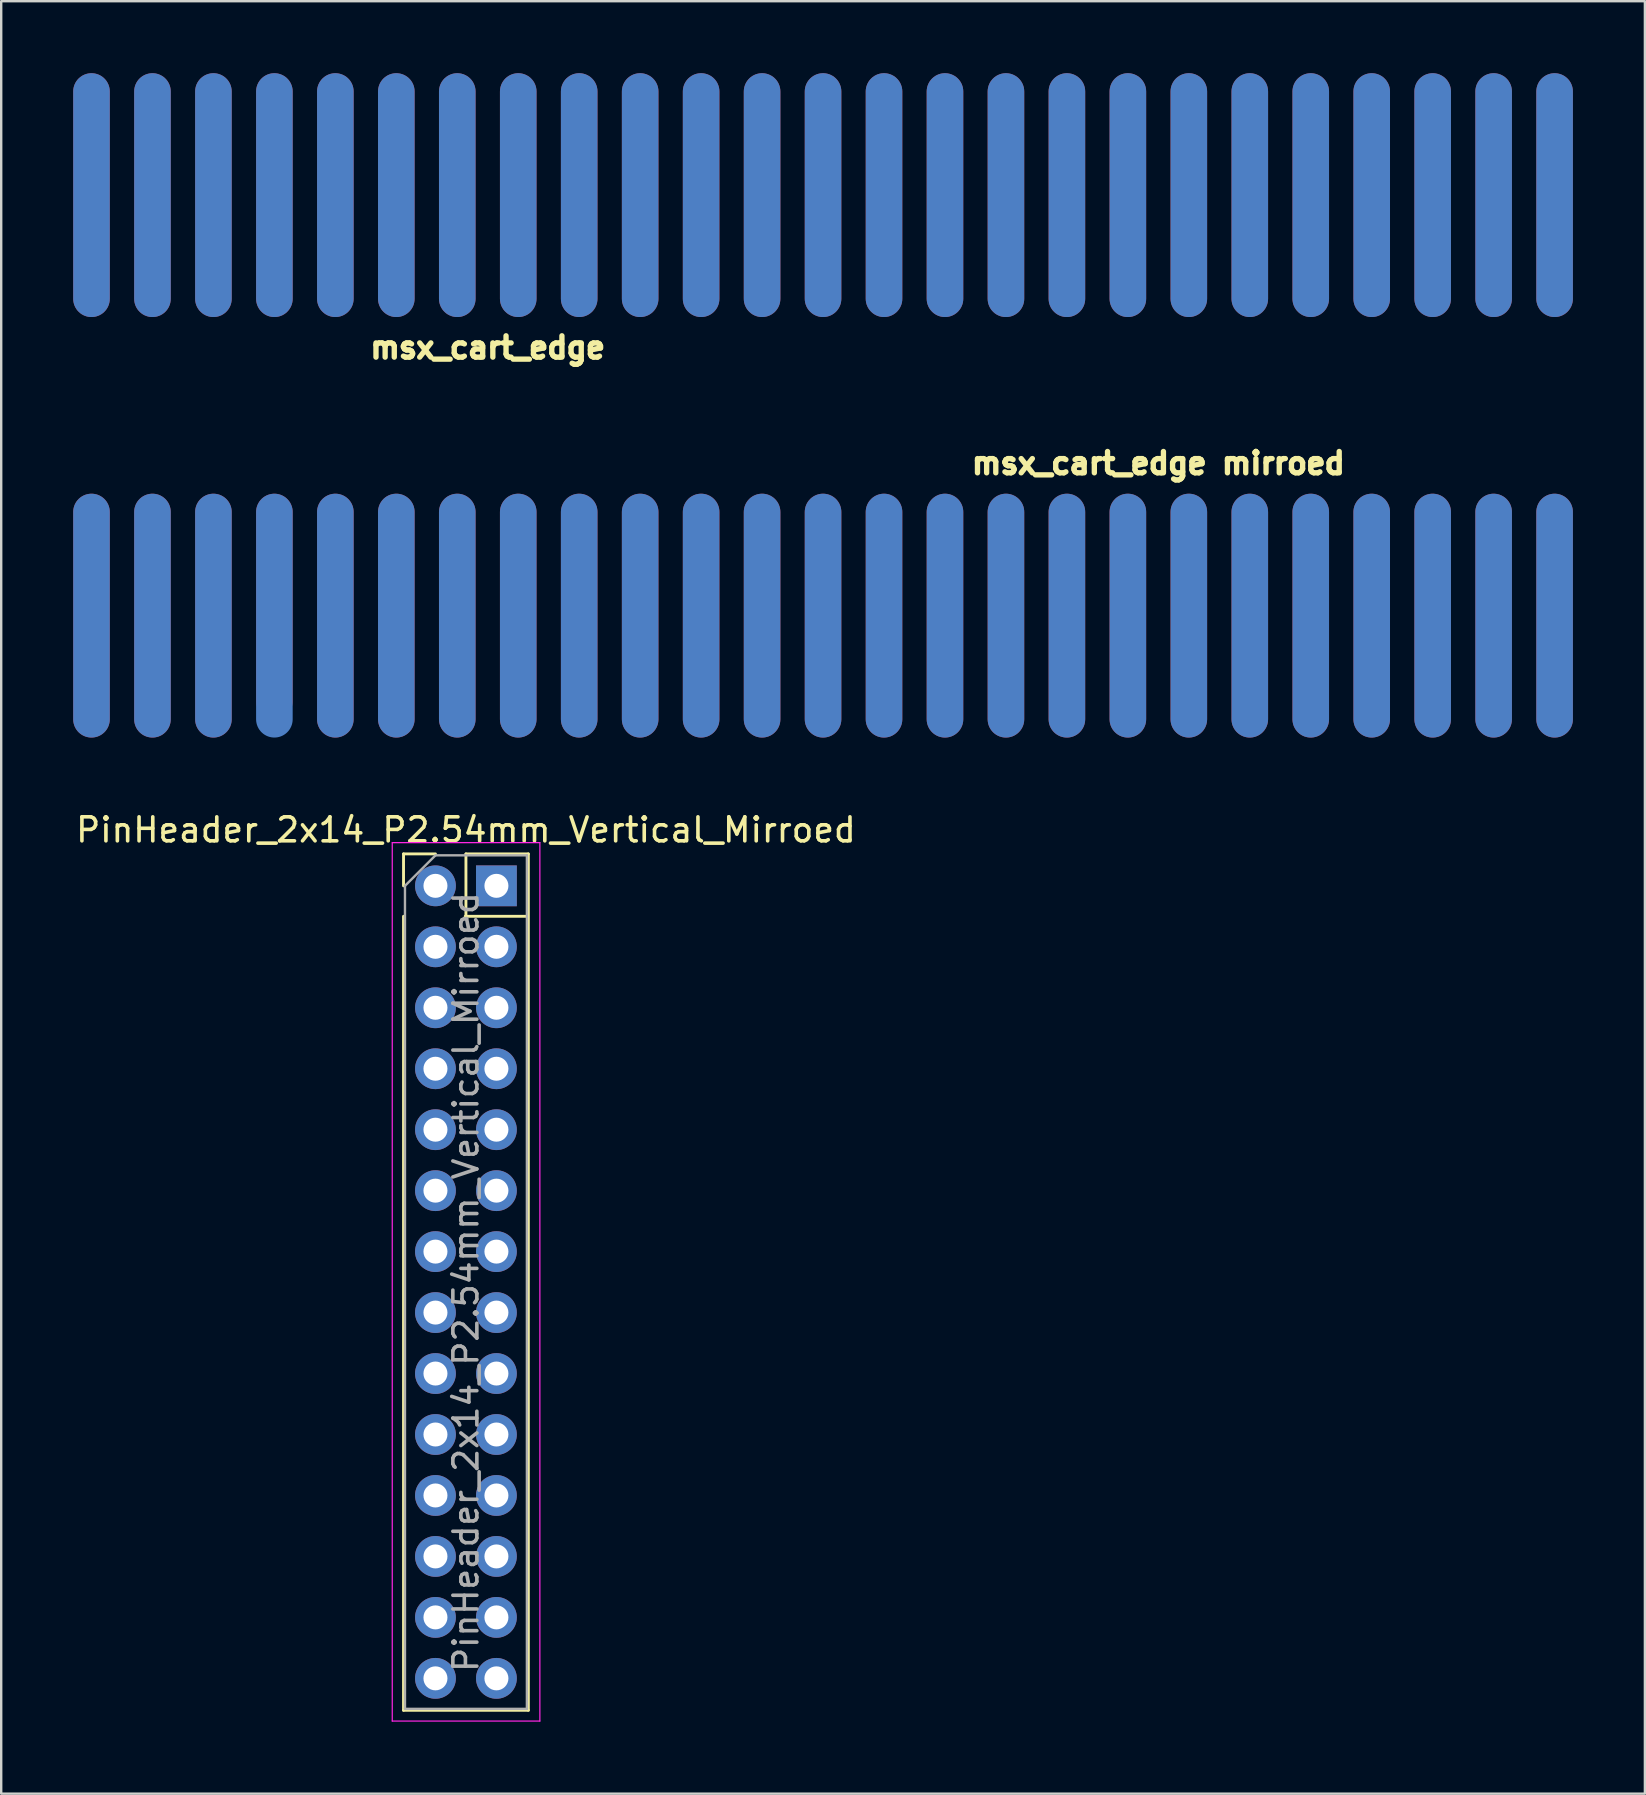
<source format=kicad_pcb>
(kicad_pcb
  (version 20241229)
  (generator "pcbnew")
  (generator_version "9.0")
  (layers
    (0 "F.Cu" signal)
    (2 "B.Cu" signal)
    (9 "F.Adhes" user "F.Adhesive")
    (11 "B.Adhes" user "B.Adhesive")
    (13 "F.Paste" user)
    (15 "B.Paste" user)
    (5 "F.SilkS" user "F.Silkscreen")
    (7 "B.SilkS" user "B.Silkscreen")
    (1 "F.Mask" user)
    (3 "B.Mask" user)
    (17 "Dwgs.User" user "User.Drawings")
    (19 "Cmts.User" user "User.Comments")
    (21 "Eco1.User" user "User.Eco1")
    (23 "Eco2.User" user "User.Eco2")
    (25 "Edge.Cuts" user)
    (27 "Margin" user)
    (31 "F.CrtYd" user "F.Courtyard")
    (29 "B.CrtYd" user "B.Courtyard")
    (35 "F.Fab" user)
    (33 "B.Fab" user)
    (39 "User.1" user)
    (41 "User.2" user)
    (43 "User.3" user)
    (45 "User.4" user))
  (footprint "msx_cart_edge mirroed"
    (layer "F.Cu")
    (at 0.762 22.6)
    (property "Reference" "msx_cart_edge mirroed" (at 44.45 -6.35 180) (layer "F.SilkS") (effects (font (size 0.889 0.889) (thickness 0.305))))
    (attr through_hole)
    (pad "1" connect oval (at 60.96 0 180) (size 1.524 10.16) (layers "B.Cu" "B.Mask"))
    (pad "2" connect oval (at 60.96 0 180) (size 1.524 10.16) (layers "F.Cu" "F.Mask"))
    (pad "3" connect oval (at 58.42 0 180) (size 1.524 10.16) (layers "B.Cu" "B.Mask"))
    (pad "4" connect oval (at 58.42 0 180) (size 1.524 10.16) (layers "F.Cu" "F.Mask"))
    (pad "5" connect oval (at 55.88 0 180) (size 1.524 10.16) (layers "B.Cu" "B.Mask"))
    (pad "6" connect oval (at 55.88 0 180) (size 1.524 10.16) (layers "F.Cu" "F.Mask"))
    (pad "7" connect oval (at 53.34 0 180) (size 1.524 10.16) (layers "B.Cu" "B.Mask"))
    (pad "8" connect oval (at 53.34 0 180) (size 1.524 10.16) (layers "F.Cu" "F.Mask"))
    (pad "9" connect oval (at 50.8 0 180) (size 1.524 10.16) (layers "B.Cu" "B.Mask"))
    (pad "10" connect oval (at 50.8 0 180) (size 1.524 10.16) (layers "F.Cu" "F.Mask"))
    (pad "11" connect oval (at 48.26 0 180) (size 1.524 10.16) (layers "B.Cu" "B.Mask"))
    (pad "12" connect oval (at 48.26 0 180) (size 1.524 10.16) (layers "F.Cu" "F.Mask"))
    (pad "13" connect oval (at 45.72 0 180) (size 1.524 10.16) (layers "B.Cu" "B.Mask"))
    (pad "14" connect oval (at 45.72 0 180) (size 1.524 10.16) (layers "F.Cu" "F.Mask"))
    (pad "15" connect oval (at 43.18 0 180) (size 1.524 10.16) (layers "B.Cu" "B.Mask"))
    (pad "16" connect oval (at 43.18 0 180) (size 1.524 10.16) (layers "F.Cu" "F.Mask"))
    (pad "17" connect oval (at 40.64 0 180) (size 1.524 10.16) (layers "B.Cu" "B.Mask"))
    (pad "18" connect oval (at 40.64 0 180) (size 1.524 10.16) (layers "F.Cu" "F.Mask"))
    (pad "19" connect oval (at 38.1 0 180) (size 1.524 10.16) (layers "B.Cu" "B.Mask"))
    (pad "20" connect oval (at 38.1 0 180) (size 1.524 10.16) (layers "F.Cu" "F.Mask"))
    (pad "21" connect oval (at 35.56 0 180) (size 1.524 10.16) (layers "B.Cu" "B.Mask"))
    (pad "22" connect oval (at 35.56 0 180) (size 1.524 10.16) (layers "F.Cu" "F.Mask"))
    (pad "23" connect oval (at 33.02 0 180) (size 1.524 10.16) (layers "B.Cu" "B.Mask"))
    (pad "24" connect oval (at 33.02 0 180) (size 1.524 10.16) (layers "F.Cu" "F.Mask"))
    (pad "25" connect oval (at 30.48 0 180) (size 1.524 10.16) (layers "B.Cu" "B.Mask"))
    (pad "26" connect oval (at 30.48 0 180) (size 1.524 10.16) (layers "F.Cu" "F.Mask"))
    (pad "27" connect oval (at 27.94 0 180) (size 1.524 10.16) (layers "B.Cu" "B.Mask"))
    (pad "28" connect oval (at 27.94 0 180) (size 1.524 10.16) (layers "F.Cu" "F.Mask"))
    (pad "29" connect oval (at 25.4 0 180) (size 1.524 10.16) (layers "B.Cu" "B.Mask"))
    (pad "30" connect oval (at 25.4 0 180) (size 1.524 10.16) (layers "F.Cu" "F.Mask"))
    (pad "31" connect oval (at 22.86 0 180) (size 1.524 10.16) (layers "B.Cu" "B.Mask"))
    (pad "32" connect oval (at 22.86 0 180) (size 1.524 10.16) (layers "F.Cu" "F.Mask"))
    (pad "33" connect oval (at 20.32 0 180) (size 1.524 10.16) (layers "B.Cu" "B.Mask"))
    (pad "34" connect oval (at 20.32 0 180) (size 1.524 10.16) (layers "F.Cu" "F.Mask"))
    (pad "35" connect oval (at 17.78 0 180) (size 1.524 10.16) (layers "B.Cu" "B.Mask"))
    (pad "36" connect oval (at 17.78 0 180) (size 1.524 10.16) (layers "F.Cu" "F.Mask"))
    (pad "37" connect oval (at 15.24 0 180) (size 1.524 10.16) (layers "B.Cu" "B.Mask"))
    (pad "38" connect oval (at 15.24 0 180) (size 1.524 10.16) (layers "F.Cu" "F.Mask"))
    (pad "39" connect oval (at 12.7 0 180) (size 1.524 10.16) (layers "B.Cu" "B.Mask"))
    (pad "40" connect oval (at 12.7 0 180) (size 1.524 10.16) (layers "F.Cu" "F.Mask"))
    (pad "41" connect oval (at 10.16 0 180) (size 1.524 10.16) (layers "B.Cu" "B.Mask"))
    (pad "42" connect oval (at 10.16 0 180) (size 1.524 10.16) (layers "F.Cu" "F.Mask"))
    (pad "43" connect oval (at 7.62 0 180) (size 1.524 10.16) (layers "B.Cu" "B.Mask"))
    (pad "44" connect oval (at 7.62 -0.372 180) (size 1.524 9.415) (layers "F.Cu" "F.Mask"))
    (pad "45" connect oval (at 5.08 0 180) (size 1.524 10.16) (layers "B.Cu" "B.Mask"))
    (pad "46" connect oval (at 5.08 0 180) (size 1.524 10.16) (layers "F.Cu" "F.Mask"))
    (pad "47" connect oval (at 2.54 0 180) (size 1.524 10.16) (layers "B.Cu" "B.Mask"))
    (pad "48" connect oval (at 2.54 0 180) (size 1.524 10.16) (layers "F.Cu" "F.Mask"))
    (pad "49" connect oval (at 0 0 180) (size 1.524 10.16) (layers "B.Cu" "B.Mask"))
    (pad "50" connect oval (at 0 0 180) (size 1.524 10.16) (layers "F.Cu" "F.Mask")))
  (footprint "msx_cart_edge"
    (layer "F.Cu")
    (at 0.762 5.08)
    (property "Reference" "msx_cart_edge" (at 16.51 6.35 0) (layer "F.SilkS") (effects (font (size 0.889 0.889) (thickness 0.305))))
    (attr through_hole)
    (pad "1" connect oval (at 0 0) (size 1.524 10.16) (layers "B.Cu" "B.Mask"))
    (pad "2" connect oval (at 0 0) (size 1.524 10.16) (layers "F.Cu" "F.Mask"))
    (pad "3" connect oval (at 2.54 0) (size 1.524 10.16) (layers "B.Cu" "B.Mask"))
    (pad "4" connect oval (at 2.54 0) (size 1.524 10.16) (layers "F.Cu" "F.Mask"))
    (pad "5" connect oval (at 5.08 0) (size 1.524 10.16) (layers "B.Cu" "B.Mask"))
    (pad "6" connect oval (at 5.08 0) (size 1.524 10.16) (layers "F.Cu" "F.Mask"))
    (pad "7" connect oval (at 7.62 0) (size 1.524 10.16) (layers "B.Cu" "B.Mask"))
    (pad "8" connect oval (at 7.62 0) (size 1.524 10.16) (layers "F.Cu" "F.Mask"))
    (pad "9" connect oval (at 10.16 0) (size 1.524 10.16) (layers "B.Cu" "B.Mask"))
    (pad "10" connect oval (at 10.16 0) (size 1.524 10.16) (layers "F.Cu" "F.Mask"))
    (pad "11" connect oval (at 12.7 0) (size 1.524 10.16) (layers "B.Cu" "B.Mask"))
    (pad "12" connect oval (at 12.7 0) (size 1.524 10.16) (layers "F.Cu" "F.Mask"))
    (pad "13" connect oval (at 15.24 0) (size 1.524 10.16) (layers "B.Cu" "B.Mask"))
    (pad "14" connect oval (at 15.24 0) (size 1.524 10.16) (layers "F.Cu" "F.Mask"))
    (pad "15" connect oval (at 17.78 0) (size 1.524 10.16) (layers "B.Cu" "B.Mask"))
    (pad "16" connect oval (at 17.78 0) (size 1.524 10.16) (layers "F.Cu" "F.Mask"))
    (pad "17" connect oval (at 20.32 0) (size 1.524 10.16) (layers "B.Cu" "B.Mask"))
    (pad "18" connect oval (at 20.32 0) (size 1.524 10.16) (layers "F.Cu" "F.Mask"))
    (pad "19" connect oval (at 22.86 0) (size 1.524 10.16) (layers "B.Cu" "B.Mask"))
    (pad "20" connect oval (at 22.86 0) (size 1.524 10.16) (layers "F.Cu" "F.Mask"))
    (pad "21" connect oval (at 25.4 0) (size 1.524 10.16) (layers "B.Cu" "B.Mask"))
    (pad "22" connect oval (at 25.4 0) (size 1.524 10.16) (layers "F.Cu" "F.Mask"))
    (pad "23" connect oval (at 27.94 0) (size 1.524 10.16) (layers "B.Cu" "B.Mask"))
    (pad "24" connect oval (at 27.94 0) (size 1.524 10.16) (layers "F.Cu" "F.Mask"))
    (pad "25" connect oval (at 30.48 0) (size 1.524 10.16) (layers "B.Cu" "B.Mask"))
    (pad "26" connect oval (at 30.48 0) (size 1.524 10.16) (layers "F.Cu" "F.Mask"))
    (pad "27" connect oval (at 33.02 0) (size 1.524 10.16) (layers "B.Cu" "B.Mask"))
    (pad "28" connect oval (at 33.02 0) (size 1.524 10.16) (layers "F.Cu" "F.Mask"))
    (pad "29" connect oval (at 35.56 0) (size 1.524 10.16) (layers "B.Cu" "B.Mask"))
    (pad "30" connect oval (at 35.56 0) (size 1.524 10.16) (layers "F.Cu" "F.Mask"))
    (pad "31" connect oval (at 38.1 0) (size 1.524 10.16) (layers "B.Cu" "B.Mask"))
    (pad "32" connect oval (at 38.1 0) (size 1.524 10.16) (layers "F.Cu" "F.Mask"))
    (pad "33" connect oval (at 40.64 0) (size 1.524 10.16) (layers "B.Cu" "B.Mask"))
    (pad "34" connect oval (at 40.64 0) (size 1.524 10.16) (layers "F.Cu" "F.Mask"))
    (pad "35" connect oval (at 43.18 0) (size 1.524 10.16) (layers "B.Cu" "B.Mask"))
    (pad "36" connect oval (at 43.18 0) (size 1.524 10.16) (layers "F.Cu" "F.Mask"))
    (pad "37" connect oval (at 45.72 0) (size 1.524 10.16) (layers "B.Cu" "B.Mask"))
    (pad "38" connect oval (at 45.72 0) (size 1.524 10.16) (layers "F.Cu" "F.Mask"))
    (pad "39" connect oval (at 48.26 0) (size 1.524 10.16) (layers "B.Cu" "B.Mask"))
    (pad "40" connect oval (at 48.26 0) (size 1.524 10.16) (layers "F.Cu" "F.Mask"))
    (pad "41" connect oval (at 50.8 0) (size 1.524 10.16) (layers "B.Cu" "B.Mask"))
    (pad "42" connect oval (at 50.8 0) (size 1.524 10.16) (layers "F.Cu" "F.Mask"))
    (pad "43" connect oval (at 53.34 0) (size 1.524 10.16) (layers "B.Cu" "B.Mask"))
    (pad "44" connect oval (at 53.34 0) (size 1.524 10.16) (layers "F.Cu" "F.Mask"))
    (pad "45" connect oval (at 55.88 0) (size 1.524 10.16) (layers "B.Cu" "B.Mask"))
    (pad "46" connect oval (at 55.88 0) (size 1.524 10.16) (layers "F.Cu" "F.Mask"))
    (pad "47" connect oval (at 58.42 0) (size 1.524 10.16) (layers "B.Cu" "B.Mask"))
    (pad "48" connect oval (at 58.42 0) (size 1.524 10.16) (layers "F.Cu" "F.Mask"))
    (pad "49" connect oval (at 60.96 0) (size 1.524 10.16) (layers "B.Cu" "B.Mask"))
    (pad "50" connect oval (at 60.96 0) (size 1.524 10.16) (layers "F.Cu" "F.Mask")))
  (footprint "PinHeader_2x14_P2.54mm_Vertical_Mirroed"
    (layer "F.Cu")
    (at 15.093 33.858)
    (property "Reference" "PinHeader_2x14_P2.54mm_Vertical_Mirroed" (at 1.27 -2.33 0) (layer "F.SilkS") (effects (font (size 1 1) (thickness 0.15))))
    (attr through_hole)
    (fp_line (start -1.33 -1.33) (end 0 -1.33) (stroke (width 0.12) (type solid)) (layer "F.SilkS"))
    (fp_line (start -1.33 0) (end -1.33 -1.33) (stroke (width 0.12) (type solid)) (layer "F.SilkS"))
    (fp_line (start -1.33 1.27) (end -1.33 34.35) (stroke (width 0.12) (type solid)) (layer "F.SilkS"))
    (fp_line (start -1.33 34.35) (end 3.87 34.35) (stroke (width 0.12) (type solid)) (layer "F.SilkS"))
    (fp_line (start 1.24 1.27) (end 3.84 1.27) (stroke (width 0.12) (type solid)) (layer "F.SilkS"))
    (fp_line (start 1.27 -1.33) (end 3.87 -1.33) (stroke (width 0.12) (type solid)) (layer "F.SilkS"))
    (fp_line (start 1.27 1.27) (end 1.27 -1.33) (stroke (width 0.12) (type solid)) (layer "F.SilkS"))
    (fp_line (start 3.87 -1.33) (end 3.87 34.35) (stroke (width 0.12) (type solid)) (layer "F.SilkS"))
    (fp_line (start -1.8 -1.8) (end -1.8 34.8) (stroke (width 0.05) (type solid)) (layer "F.CrtYd"))
    (fp_line (start -1.8 34.8) (end 4.35 34.8) (stroke (width 0.05) (type solid)) (layer "F.CrtYd"))
    (fp_line (start 4.35 -1.8) (end -1.8 -1.8) (stroke (width 0.05) (type solid)) (layer "F.CrtYd"))
    (fp_line (start 4.35 34.8) (end 4.35 -1.8) (stroke (width 0.05) (type solid)) (layer "F.CrtYd"))
    (fp_line (start -1.27 0) (end 0 -1.27) (stroke (width 0.1) (type solid)) (layer "F.Fab"))
    (fp_line (start -1.27 34.29) (end -1.27 0) (stroke (width 0.1) (type solid)) (layer "F.Fab"))
    (fp_line (start 0 -1.27) (end 3.81 -1.27) (stroke (width 0.1) (type solid)) (layer "F.Fab"))
    (fp_line (start 3.81 -1.27) (end 3.81 34.29) (stroke (width 0.1) (type solid)) (layer "F.Fab"))
    (fp_line (start 3.81 34.29) (end -1.27 34.29) (stroke (width 0.1) (type solid)) (layer "F.Fab"))
    (fp_text user "${REFERENCE}" (at 1.27 16.51 90) (layer "F.Fab") (effects (font (size 1 1) (thickness 0.15))))
    (pad "1" thru_hole rect (at 2.54 0) (size 1.7 1.7) (drill 1) (layers "*.Cu" "*.Mask"))
    (pad "2" thru_hole oval (at 0 0) (size 1.7 1.7) (drill 1) (layers "*.Cu" "*.Mask"))
    (pad "3" thru_hole oval (at 2.54 2.54) (size 1.7 1.7) (drill 1) (layers "*.Cu" "*.Mask"))
    (pad "4" thru_hole oval (at 0 2.54) (size 1.7 1.7) (drill 1) (layers "*.Cu" "*.Mask"))
    (pad "5" thru_hole oval (at 2.54 5.08) (size 1.7 1.7) (drill 1) (layers "*.Cu" "*.Mask"))
    (pad "6" thru_hole oval (at 0 5.08) (size 1.7 1.7) (drill 1) (layers "*.Cu" "*.Mask"))
    (pad "7" thru_hole oval (at 2.54 7.62) (size 1.7 1.7) (drill 1) (layers "*.Cu" "*.Mask"))
    (pad "8" thru_hole oval (at 0 7.62) (size 1.7 1.7) (drill 1) (layers "*.Cu" "*.Mask"))
    (pad "9" thru_hole oval (at 2.54 10.16) (size 1.7 1.7) (drill 1) (layers "*.Cu" "*.Mask"))
    (pad "10" thru_hole oval (at 0 10.16) (size 1.7 1.7) (drill 1) (layers "*.Cu" "*.Mask"))
    (pad "11" thru_hole oval (at 2.54 12.7) (size 1.7 1.7) (drill 1) (layers "*.Cu" "*.Mask"))
    (pad "12" thru_hole oval (at 0 12.7) (size 1.7 1.7) (drill 1) (layers "*.Cu" "*.Mask"))
    (pad "13" thru_hole oval (at 2.54 15.24) (size 1.7 1.7) (drill 1) (layers "*.Cu" "*.Mask"))
    (pad "14" thru_hole oval (at 0 15.24) (size 1.7 1.7) (drill 1) (layers "*.Cu" "*.Mask"))
    (pad "15" thru_hole oval (at 2.54 17.78) (size 1.7 1.7) (drill 1) (layers "*.Cu" "*.Mask"))
    (pad "16" thru_hole oval (at 0 17.78) (size 1.7 1.7) (drill 1) (layers "*.Cu" "*.Mask"))
    (pad "17" thru_hole oval (at 2.54 20.32) (size 1.7 1.7) (drill 1) (layers "*.Cu" "*.Mask"))
    (pad "18" thru_hole oval (at 0 20.32) (size 1.7 1.7) (drill 1) (layers "*.Cu" "*.Mask"))
    (pad "19" thru_hole oval (at 2.54 22.86) (size 1.7 1.7) (drill 1) (layers "*.Cu" "*.Mask"))
    (pad "20" thru_hole oval (at 0 22.86) (size 1.7 1.7) (drill 1) (layers "*.Cu" "*.Mask"))
    (pad "21" thru_hole oval (at 2.54 25.4) (size 1.7 1.7) (drill 1) (layers "*.Cu" "*.Mask"))
    (pad "22" thru_hole oval (at 0 25.4) (size 1.7 1.7) (drill 1) (layers "*.Cu" "*.Mask"))
    (pad "23" thru_hole oval (at 2.54 27.94) (size 1.7 1.7) (drill 1) (layers "*.Cu" "*.Mask"))
    (pad "24" thru_hole oval (at 0 27.94) (size 1.7 1.7) (drill 1) (layers "*.Cu" "*.Mask"))
    (pad "25" thru_hole oval (at 2.54 30.48) (size 1.7 1.7) (drill 1) (layers "*.Cu" "*.Mask"))
    (pad "26" thru_hole oval (at 0 30.48) (size 1.7 1.7) (drill 1) (layers "*.Cu" "*.Mask"))
    (pad "27" thru_hole oval (at 2.54 33.02) (size 1.7 1.7) (drill 1) (layers "*.Cu" "*.Mask"))
    (pad "28" thru_hole oval (at 0 33.02) (size 1.7 1.7) (drill 1) (layers "*.Cu" "*.Mask")))
  (gr_rect
    (start -3 -3)
    (end 65.484 71.683)
    (stroke (width 0.1) (type default))
    (fill no)
    (layer "Edge.Cuts")))
</source>
